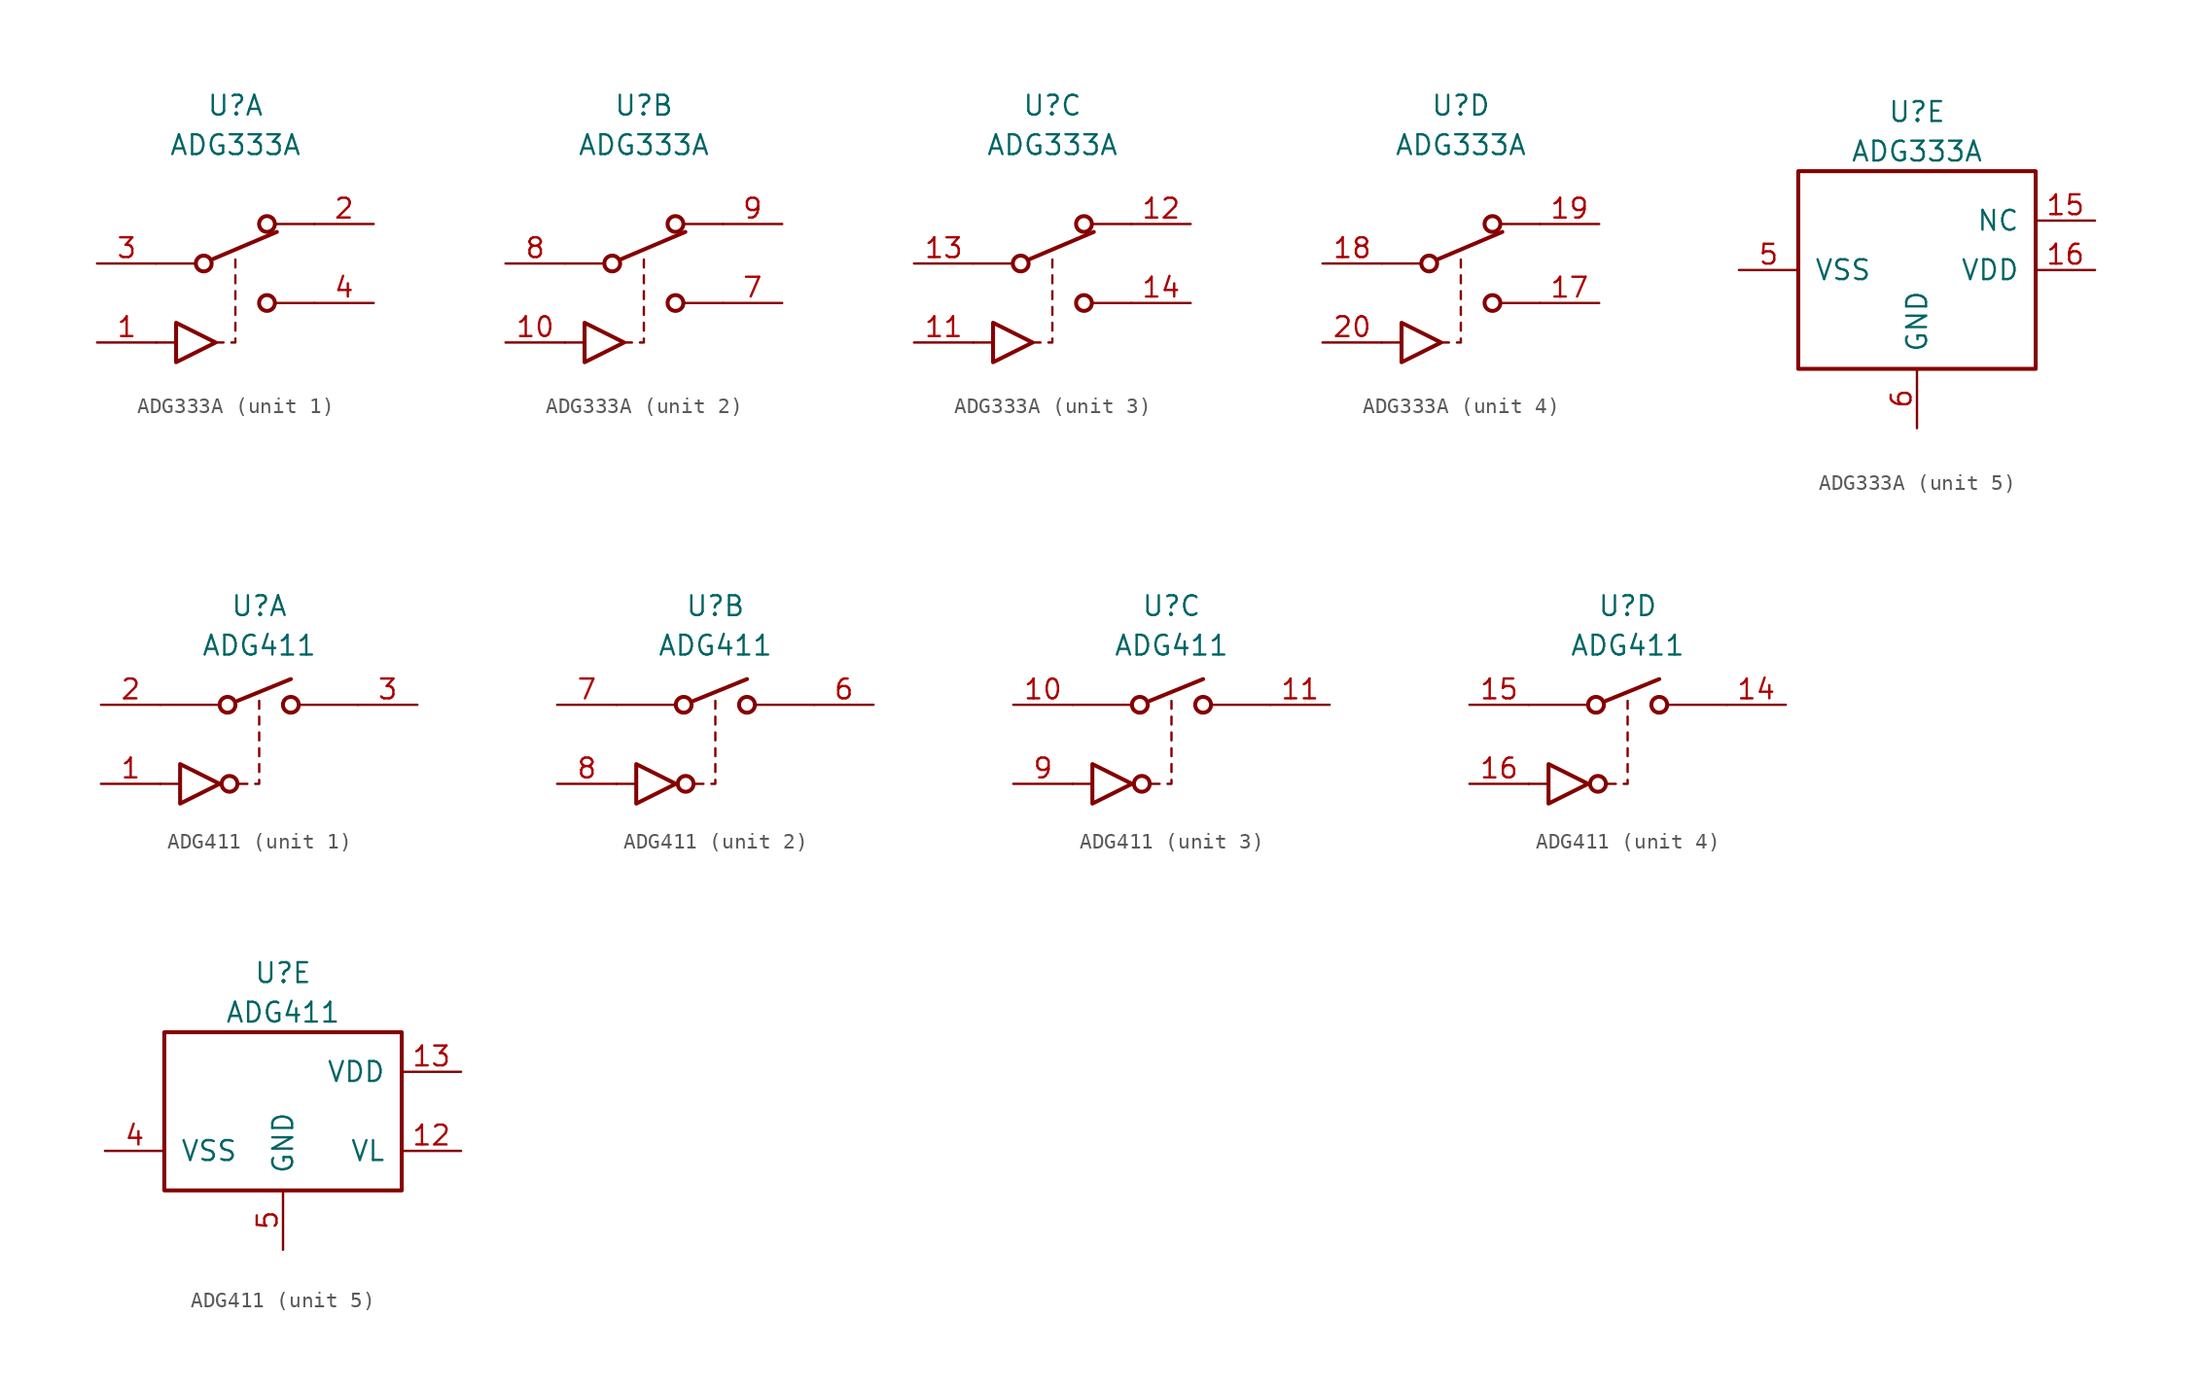
<source format=kicad_sym>
(kicad_symbol_lib
  (version 20231120)
  (generator "kicad_symbol_editor")
  (generator_version "8.0")
  (symbol "ADG333A"
    (pin_names
      (offset 1.016))
    (property "Reference" "U"
      (at 0 10.16 0)
      (effects (font (size 1.27 1.27))))
    (property "Value" "ADG333A"
      (at 0 7.62 0)
      (effects (font (size 1.27 1.27))))
    (property "ki_locked" ""
      (at 0 0 0)
      (effects (font (size 1.27 1.27))))
    (symbol "ADG333A_1_1"
      (circle (center -2.032 0) (radius 0.508) (stroke (width 0.254) (type default)) (fill (type none)))
      (polyline (pts (xy -3.81 -5.08) (xy -5.08 -5.08)) (stroke (width 0) (type default)) (fill (type none)))
      (polyline (pts (xy -2.54 0) (xy -5.08 0)) (stroke (width 0) (type default)) (fill (type none)))
      (polyline (pts (xy -1.524 0.254) (xy 2.667 2.032)) (stroke (width 0.254) (type default)) (fill (type none)))
      (polyline (pts (xy -1.27 -5.08) (xy -0.762 -5.08)) (stroke (width 0) (type default)) (fill (type none)))
      (polyline (pts (xy 0 -4.318) (xy 0 -3.81)) (stroke (width 0) (type default)) (fill (type none)))
      (polyline (pts (xy 0 -3.302) (xy 0 -2.794)) (stroke (width 0) (type default)) (fill (type none)))
      (polyline (pts (xy 0 -2.286) (xy 0 -1.778)) (stroke (width 0) (type default)) (fill (type none)))
      (polyline (pts (xy 0 -1.27) (xy 0 -0.762)) (stroke (width 0) (type default)) (fill (type none)))
      (polyline (pts (xy 0 -0.254) (xy 0 0.254)) (stroke (width 0) (type default)) (fill (type none)))
      (polyline (pts (xy 2.54 -2.54) (xy 5.08 -2.54)) (stroke (width 0) (type default)) (fill (type none)))
      (polyline (pts (xy 2.54 2.54) (xy 5.08 2.54)) (stroke (width 0) (type default)) (fill (type none)))
      (polyline (pts (xy -0.254 -5.08) (xy 0 -5.08) (xy 0 -4.826)) (stroke (width 0) (type default)) (fill (type none)))
      (polyline (pts (xy -3.81 -3.81) (xy -1.27 -5.08) (xy -3.81 -6.35) (xy -3.81 -3.81)) (stroke (width 0.254) (type default)) (fill (type none)))
      (circle (center 2.032 -2.54) (radius 0.508) (stroke (width 0.254) (type default)) (fill (type none)))
      (circle (center 2.032 2.54) (radius 0.508) (stroke (width 0.254) (type default)) (fill (type none)))
      (pin input line (at -8.89 -5.08 0) (length 3.81) (name "~" (effects (font (size 1.27 1.27)))) (number "1" (effects (font (size 1.27 1.27)))))
      (pin passive line (at 8.89 2.54 180) (length 3.81) (name "~" (effects (font (size 1.27 1.27)))) (number "2" (effects (font (size 1.27 1.27)))))
      (pin passive line (at -8.89 0 0) (length 3.81) (name "~" (effects (font (size 1.27 1.27)))) (number "3" (effects (font (size 1.27 1.27)))))
      (pin passive line (at 8.89 -2.54 180) (length 3.81) (name "~" (effects (font (size 1.27 1.27)))) (number "4" (effects (font (size 1.27 1.27))))))
    (symbol "ADG333A_2_1"
      (circle (center -2.032 0) (radius 0.508) (stroke (width 0.254) (type default)) (fill (type none)))
      (polyline (pts (xy -5.08 -5.08) (xy -3.81 -5.08)) (stroke (width 0) (type default)) (fill (type none)))
      (polyline (pts (xy -2.54 0) (xy -5.08 0)) (stroke (width 0) (type default)) (fill (type none)))
      (polyline (pts (xy -1.524 0.254) (xy 2.667 2.032)) (stroke (width 0.254) (type default)) (fill (type none)))
      (polyline (pts (xy -1.27 -5.08) (xy -0.762 -5.08)) (stroke (width 0) (type default)) (fill (type none)))
      (polyline (pts (xy 0 -4.318) (xy 0 -3.81)) (stroke (width 0) (type default)) (fill (type none)))
      (polyline (pts (xy 0 -3.302) (xy 0 -2.794)) (stroke (width 0) (type default)) (fill (type none)))
      (polyline (pts (xy 0 -2.286) (xy 0 -1.778)) (stroke (width 0) (type default)) (fill (type none)))
      (polyline (pts (xy 0 -0.254) (xy 0 0.254)) (stroke (width 0) (type default)) (fill (type none)))
      (polyline (pts (xy 2.54 -2.54) (xy 5.08 -2.54)) (stroke (width 0) (type default)) (fill (type none)))
      (polyline (pts (xy 2.54 2.54) (xy 5.08 2.54)) (stroke (width 0) (type default)) (fill (type none)))
      (polyline (pts (xy -0.254 -5.08) (xy 0 -5.08) (xy 0 -4.826)) (stroke (width 0) (type default)) (fill (type none)))
      (polyline (pts (xy 0 -1.27) (xy 0 -0.762) (xy 0 -1.016)) (stroke (width 0) (type default)) (fill (type none)))
      (polyline (pts (xy -3.81 -5.08) (xy -3.81 -3.81) (xy -1.27 -5.08) (xy -3.81 -6.35) (xy -3.81 -5.08)) (stroke (width 0.254) (type default)) (fill (type none)))
      (circle (center 2.032 -2.54) (radius 0.508) (stroke (width 0.254) (type default)) (fill (type none)))
      (circle (center 2.032 2.54) (radius 0.508) (stroke (width 0.254) (type default)) (fill (type none)))
      (pin input line (at -8.89 -5.08 0) (length 3.81) (name "~" (effects (font (size 1.27 1.27)))) (number "10" (effects (font (size 1.27 1.27)))))
      (pin passive line (at 8.89 -2.54 180) (length 3.81) (name "~" (effects (font (size 1.27 1.27)))) (number "7" (effects (font (size 1.27 1.27)))))
      (pin passive line (at -8.89 0 0) (length 3.81) (name "~" (effects (font (size 1.27 1.27)))) (number "8" (effects (font (size 1.27 1.27)))))
      (pin passive line (at 8.89 2.54 180) (length 3.81) (name "~" (effects (font (size 1.27 1.27)))) (number "9" (effects (font (size 1.27 1.27))))))
    (symbol "ADG333A_3_1"
      (circle (center -2.032 0) (radius 0.508) (stroke (width 0.254) (type default)) (fill (type none)))
      (polyline (pts (xy -3.81 -5.08) (xy -5.08 -5.08)) (stroke (width 0) (type default)) (fill (type none)))
      (polyline (pts (xy -2.54 0) (xy -5.08 0)) (stroke (width 0) (type default)) (fill (type none)))
      (polyline (pts (xy -1.524 0.254) (xy 2.667 2.032)) (stroke (width 0.254) (type default)) (fill (type none)))
      (polyline (pts (xy -1.27 -5.08) (xy -0.762 -5.08)) (stroke (width 0) (type default)) (fill (type none)))
      (polyline (pts (xy 0 -4.318) (xy 0 -3.81)) (stroke (width 0) (type default)) (fill (type none)))
      (polyline (pts (xy 0 -3.302) (xy 0 -2.794)) (stroke (width 0) (type default)) (fill (type none)))
      (polyline (pts (xy 0 -2.286) (xy 0 -1.778)) (stroke (width 0) (type default)) (fill (type none)))
      (polyline (pts (xy 0 -1.27) (xy 0 -0.762)) (stroke (width 0) (type default)) (fill (type none)))
      (polyline (pts (xy 0 -0.254) (xy 0 0.254)) (stroke (width 0) (type default)) (fill (type none)))
      (polyline (pts (xy 2.54 -2.54) (xy 5.08 -2.54)) (stroke (width 0) (type default)) (fill (type none)))
      (polyline (pts (xy 2.54 2.54) (xy 5.08 2.54)) (stroke (width 0) (type default)) (fill (type none)))
      (polyline (pts (xy -0.254 -5.08) (xy 0 -5.08) (xy 0 -4.826)) (stroke (width 0) (type default)) (fill (type none)))
      (polyline (pts (xy -3.81 -3.81) (xy -1.27 -5.08) (xy -3.81 -6.35) (xy -3.81 -3.81)) (stroke (width 0.254) (type default)) (fill (type none)))
      (circle (center 2.032 -2.54) (radius 0.508) (stroke (width 0.254) (type default)) (fill (type none)))
      (circle (center 2.032 2.54) (radius 0.508) (stroke (width 0.254) (type default)) (fill (type none)))
      (pin input line (at -8.89 -5.08 0) (length 3.81) (name "~" (effects (font (size 1.27 1.27)))) (number "11" (effects (font (size 1.27 1.27)))))
      (pin passive line (at 8.89 2.54 180) (length 3.81) (name "~" (effects (font (size 1.27 1.27)))) (number "12" (effects (font (size 1.27 1.27)))))
      (pin passive line (at -8.89 0 0) (length 3.81) (name "~" (effects (font (size 1.27 1.27)))) (number "13" (effects (font (size 1.27 1.27)))))
      (pin passive line (at 8.89 -2.54 180) (length 3.81) (name "~" (effects (font (size 1.27 1.27)))) (number "14" (effects (font (size 1.27 1.27))))))
    (symbol "ADG333A_4_1"
      (circle (center -2.032 0) (radius 0.508) (stroke (width 0.254) (type default)) (fill (type none)))
      (polyline (pts (xy -3.81 -5.08) (xy -5.08 -5.08)) (stroke (width 0) (type default)) (fill (type none)))
      (polyline (pts (xy -2.54 0) (xy -5.08 0)) (stroke (width 0) (type default)) (fill (type none)))
      (polyline (pts (xy -1.524 0.254) (xy 2.667 2.032)) (stroke (width 0.254) (type default)) (fill (type none)))
      (polyline (pts (xy -1.27 -5.08) (xy -0.762 -5.08)) (stroke (width 0) (type default)) (fill (type none)))
      (polyline (pts (xy 0 -4.318) (xy 0 -3.81)) (stroke (width 0) (type default)) (fill (type none)))
      (polyline (pts (xy 0 -3.302) (xy 0 -2.794)) (stroke (width 0) (type default)) (fill (type none)))
      (polyline (pts (xy 0 -2.286) (xy 0 -1.778)) (stroke (width 0) (type default)) (fill (type none)))
      (polyline (pts (xy 0 -1.27) (xy 0 -0.762)) (stroke (width 0) (type default)) (fill (type none)))
      (polyline (pts (xy 0 -0.254) (xy 0 0.254)) (stroke (width 0) (type default)) (fill (type none)))
      (polyline (pts (xy 2.54 -2.54) (xy 5.08 -2.54)) (stroke (width 0) (type default)) (fill (type none)))
      (polyline (pts (xy 2.54 2.54) (xy 5.08 2.54)) (stroke (width 0) (type default)) (fill (type none)))
      (polyline (pts (xy -0.254 -5.08) (xy 0 -5.08) (xy 0 -4.826)) (stroke (width 0) (type default)) (fill (type none)))
      (polyline (pts (xy -3.81 -3.81) (xy -1.27 -5.08) (xy -3.81 -6.35) (xy -3.81 -3.81)) (stroke (width 0.254) (type default)) (fill (type none)))
      (circle (center 2.032 -2.54) (radius 0.508) (stroke (width 0.254) (type default)) (fill (type none)))
      (circle (center 2.032 2.54) (radius 0.508) (stroke (width 0.254) (type default)) (fill (type none)))
      (pin passive line (at 8.89 -2.54 180) (length 3.81) (name "~" (effects (font (size 1.27 1.27)))) (number "17" (effects (font (size 1.27 1.27)))))
      (pin passive line (at -8.89 0 0) (length 3.81) (name "~" (effects (font (size 1.27 1.27)))) (number "18" (effects (font (size 1.27 1.27)))))
      (pin passive line (at 8.89 2.54 180) (length 3.81) (name "~" (effects (font (size 1.27 1.27)))) (number "19" (effects (font (size 1.27 1.27)))))
      (pin input line (at -8.89 -5.08 0) (length 3.81) (name "~" (effects (font (size 1.27 1.27)))) (number "20" (effects (font (size 1.27 1.27))))))
    (symbol "ADG333A_5_1"
      (rectangle (start -7.62 6.35) (end 7.62 -6.35) (stroke (width 0.254) (type default)) (fill (type none)))
      (pin power_in line (at 11.43 3.175 180) (length 3.81) (name "NC" (effects (font (size 1.27 1.27)))) (number "15" (effects (font (size 1.27 1.27)))))
      (pin power_in line (at 11.43 0 180) (length 3.81) (name "VDD" (effects (font (size 1.27 1.27)))) (number "16" (effects (font (size 1.27 1.27)))))
      (pin power_in line (at -11.43 0 0) (length 3.81) (name "VSS" (effects (font (size 1.27 1.27)))) (number "5" (effects (font (size 1.27 1.27)))))
      (pin power_in line (at 0 -10.16 90) (length 3.81) (name "GND" (effects (font (size 1.27 1.27)))) (number "6" (effects (font (size 1.27 1.27)))))))
  (symbol "ADG411"
    (pin_names
      (offset 1.016))
    (property "Reference" "U"
      (at 0 8.89 0)
      (effects (font (size 1.27 1.27))))
    (property "Value" "ADG411"
      (at 0 6.35 0)
      (effects (font (size 1.27 1.27))))
    (property "ki_locked" ""
      (at 0 0 0)
      (effects (font (size 1.27 1.27))))
    (symbol "ADG411_1_1"
      (circle (center -2.032 2.54) (radius 0.508) (stroke (width 0.254) (type default)) (fill (type none)))
      (circle (center -1.905 -2.54) (radius 0.508) (stroke (width 0.254) (type default)) (fill (type none)))
      (polyline (pts (xy -6.35 -2.54) (xy -5.08 -2.54)) (stroke (width 0) (type default)) (fill (type none)))
      (polyline (pts (xy -6.35 2.54) (xy -2.54 2.54)) (stroke (width 0) (type default)) (fill (type none)))
      (polyline (pts (xy -1.397 2.794) (xy 2.032 4.191)) (stroke (width 0.254) (type default)) (fill (type none)))
      (polyline (pts (xy -1.27 -2.54) (xy -0.762 -2.54)) (stroke (width 0) (type default)) (fill (type none)))
      (polyline (pts (xy 0 -1.778) (xy 0 -1.27)) (stroke (width 0) (type default)) (fill (type none)))
      (polyline (pts (xy 0 -0.762) (xy 0 -0.254)) (stroke (width 0) (type default)) (fill (type none)))
      (polyline (pts (xy 0 0.254) (xy 0 0.762)) (stroke (width 0) (type default)) (fill (type none)))
      (polyline (pts (xy 0 1.27) (xy 0 1.778)) (stroke (width 0) (type default)) (fill (type none)))
      (polyline (pts (xy 0 2.286) (xy 0 2.794)) (stroke (width 0) (type default)) (fill (type none)))
      (polyline (pts (xy 2.54 2.54) (xy 6.35 2.54)) (stroke (width 0) (type default)) (fill (type none)))
      (polyline (pts (xy -0.254 -2.54) (xy 0 -2.54) (xy 0 -2.286)) (stroke (width 0) (type default)) (fill (type none)))
      (polyline (pts (xy -5.08 -2.54) (xy -5.08 -1.27) (xy -2.54 -2.54) (xy -5.08 -3.81) (xy -5.08 -2.54)) (stroke (width 0.254) (type default)) (fill (type none)))
      (circle (center 2.032 2.54) (radius 0.508) (stroke (width 0.254) (type default)) (fill (type none)))
      (pin input line (at -10.16 -2.54 0) (length 3.81) (name "~" (effects (font (size 1.27 1.27)))) (number "1" (effects (font (size 1.27 1.27)))))
      (pin passive line (at -10.16 2.54 0) (length 3.81) (name "~" (effects (font (size 1.27 1.27)))) (number "2" (effects (font (size 1.27 1.27)))))
      (pin passive line (at 10.16 2.54 180) (length 3.81) (name "~" (effects (font (size 1.27 1.27)))) (number "3" (effects (font (size 1.27 1.27))))))
    (symbol "ADG411_2_1"
      (circle (center -2.032 2.54) (radius 0.508) (stroke (width 0.254) (type default)) (fill (type none)))
      (circle (center -1.905 -2.54) (radius 0.508) (stroke (width 0.254) (type default)) (fill (type none)))
      (polyline (pts (xy -6.35 -2.54) (xy -5.08 -2.54)) (stroke (width 0) (type default)) (fill (type none)))
      (polyline (pts (xy -6.35 2.54) (xy -2.54 2.54)) (stroke (width 0) (type default)) (fill (type none)))
      (polyline (pts (xy -1.397 2.794) (xy 2.032 4.191)) (stroke (width 0.254) (type default)) (fill (type none)))
      (polyline (pts (xy -1.27 -2.54) (xy -0.762 -2.54)) (stroke (width 0) (type default)) (fill (type none)))
      (polyline (pts (xy 0 -1.778) (xy 0 -1.27)) (stroke (width 0) (type default)) (fill (type none)))
      (polyline (pts (xy 0 -0.762) (xy 0 -0.254)) (stroke (width 0) (type default)) (fill (type none)))
      (polyline (pts (xy 0 0.254) (xy 0 0.762)) (stroke (width 0) (type default)) (fill (type none)))
      (polyline (pts (xy 0 1.27) (xy 0 1.778)) (stroke (width 0) (type default)) (fill (type none)))
      (polyline (pts (xy 0 2.286) (xy 0 2.794)) (stroke (width 0) (type default)) (fill (type none)))
      (polyline (pts (xy 2.54 2.54) (xy 6.35 2.54)) (stroke (width 0) (type default)) (fill (type none)))
      (polyline (pts (xy -0.254 -2.54) (xy 0 -2.54) (xy 0 -2.286)) (stroke (width 0) (type default)) (fill (type none)))
      (polyline (pts (xy -5.08 -2.54) (xy -5.08 -1.27) (xy -2.54 -2.54) (xy -5.08 -3.81) (xy -5.08 -2.54)) (stroke (width 0.254) (type default)) (fill (type none)))
      (circle (center 2.032 2.54) (radius 0.508) (stroke (width 0.254) (type default)) (fill (type none)))
      (pin passive line (at 10.16 2.54 180) (length 3.81) (name "~" (effects (font (size 1.27 1.27)))) (number "6" (effects (font (size 1.27 1.27)))))
      (pin passive line (at -10.16 2.54 0) (length 3.81) (name "~" (effects (font (size 1.27 1.27)))) (number "7" (effects (font (size 1.27 1.27)))))
      (pin input line (at -10.16 -2.54 0) (length 3.81) (name "~" (effects (font (size 1.27 1.27)))) (number "8" (effects (font (size 1.27 1.27))))))
    (symbol "ADG411_3_1"
      (circle (center -2.032 2.54) (radius 0.508) (stroke (width 0.254) (type default)) (fill (type none)))
      (circle (center -1.905 -2.54) (radius 0.508) (stroke (width 0.254) (type default)) (fill (type none)))
      (polyline (pts (xy -6.35 -2.54) (xy -5.08 -2.54)) (stroke (width 0) (type default)) (fill (type none)))
      (polyline (pts (xy -6.35 2.54) (xy -2.54 2.54)) (stroke (width 0) (type default)) (fill (type none)))
      (polyline (pts (xy -1.397 2.794) (xy 2.032 4.191)) (stroke (width 0.254) (type default)) (fill (type none)))
      (polyline (pts (xy -1.27 -2.54) (xy -0.762 -2.54)) (stroke (width 0) (type default)) (fill (type none)))
      (polyline (pts (xy 0 -1.778) (xy 0 -1.27)) (stroke (width 0) (type default)) (fill (type none)))
      (polyline (pts (xy 0 -0.762) (xy 0 -0.254)) (stroke (width 0) (type default)) (fill (type none)))
      (polyline (pts (xy 0 0.254) (xy 0 0.762)) (stroke (width 0) (type default)) (fill (type none)))
      (polyline (pts (xy 0 1.27) (xy 0 1.778)) (stroke (width 0) (type default)) (fill (type none)))
      (polyline (pts (xy 0 2.286) (xy 0 2.794)) (stroke (width 0) (type default)) (fill (type none)))
      (polyline (pts (xy 2.54 2.54) (xy 6.35 2.54)) (stroke (width 0) (type default)) (fill (type none)))
      (polyline (pts (xy -0.254 -2.54) (xy 0 -2.54) (xy 0 -2.286)) (stroke (width 0) (type default)) (fill (type none)))
      (polyline (pts (xy -5.08 -2.54) (xy -5.08 -1.27) (xy -2.54 -2.54) (xy -5.08 -3.81) (xy -5.08 -2.54)) (stroke (width 0.254) (type default)) (fill (type none)))
      (circle (center 2.032 2.54) (radius 0.508) (stroke (width 0.254) (type default)) (fill (type none)))
      (pin passive line (at -10.16 2.54 0) (length 3.81) (name "~" (effects (font (size 1.27 1.27)))) (number "10" (effects (font (size 1.27 1.27)))))
      (pin passive line (at 10.16 2.54 180) (length 3.81) (name "~" (effects (font (size 1.27 1.27)))) (number "11" (effects (font (size 1.27 1.27)))))
      (pin input line (at -10.16 -2.54 0) (length 3.81) (name "~" (effects (font (size 1.27 1.27)))) (number "9" (effects (font (size 1.27 1.27))))))
    (symbol "ADG411_4_1"
      (circle (center -2.032 2.54) (radius 0.508) (stroke (width 0.254) (type default)) (fill (type none)))
      (circle (center -1.905 -2.54) (radius 0.508) (stroke (width 0.254) (type default)) (fill (type none)))
      (polyline (pts (xy -6.35 -2.54) (xy -5.08 -2.54)) (stroke (width 0) (type default)) (fill (type none)))
      (polyline (pts (xy -6.35 2.54) (xy -2.54 2.54)) (stroke (width 0) (type default)) (fill (type none)))
      (polyline (pts (xy -1.397 2.794) (xy 2.032 4.191)) (stroke (width 0.254) (type default)) (fill (type none)))
      (polyline (pts (xy -1.27 -2.54) (xy -0.762 -2.54)) (stroke (width 0) (type default)) (fill (type none)))
      (polyline (pts (xy 0 -1.778) (xy 0 -1.27)) (stroke (width 0) (type default)) (fill (type none)))
      (polyline (pts (xy 0 -0.762) (xy 0 -0.254)) (stroke (width 0) (type default)) (fill (type none)))
      (polyline (pts (xy 0 0.254) (xy 0 0.762)) (stroke (width 0) (type default)) (fill (type none)))
      (polyline (pts (xy 0 1.27) (xy 0 1.778)) (stroke (width 0) (type default)) (fill (type none)))
      (polyline (pts (xy 0 2.286) (xy 0 2.794)) (stroke (width 0) (type default)) (fill (type none)))
      (polyline (pts (xy 2.54 2.54) (xy 6.35 2.54)) (stroke (width 0) (type default)) (fill (type none)))
      (polyline (pts (xy -0.254 -2.54) (xy 0 -2.54) (xy 0 -2.286)) (stroke (width 0) (type default)) (fill (type none)))
      (polyline (pts (xy -5.08 -2.54) (xy -5.08 -1.27) (xy -2.54 -2.54) (xy -5.08 -3.81) (xy -5.08 -2.54)) (stroke (width 0.254) (type default)) (fill (type none)))
      (circle (center 2.032 2.54) (radius 0.508) (stroke (width 0.254) (type default)) (fill (type none)))
      (pin passive line (at 10.16 2.54 180) (length 3.81) (name "~" (effects (font (size 1.27 1.27)))) (number "14" (effects (font (size 1.27 1.27)))))
      (pin passive line (at -10.16 2.54 0) (length 3.81) (name "~" (effects (font (size 1.27 1.27)))) (number "15" (effects (font (size 1.27 1.27)))))
      (pin input line (at -10.16 -2.54 0) (length 3.81) (name "~" (effects (font (size 1.27 1.27)))) (number "16" (effects (font (size 1.27 1.27))))))
    (symbol "ADG411_5_1"
      (rectangle (start -7.62 5.08) (end 7.62 -5.08) (stroke (width 0.254) (type default)) (fill (type none)))
      (pin power_in line (at 11.43 -2.54 180) (length 3.81) (name "VL" (effects (font (size 1.27 1.27)))) (number "12" (effects (font (size 1.27 1.27)))))
      (pin power_in line (at 11.43 2.54 180) (length 3.81) (name "VDD" (effects (font (size 1.27 1.27)))) (number "13" (effects (font (size 1.27 1.27)))))
      (pin power_in line (at -11.43 -2.54 0) (length 3.81) (name "VSS" (effects (font (size 1.27 1.27)))) (number "4" (effects (font (size 1.27 1.27)))))
      (pin power_in line (at 0 -8.89 90) (length 3.81) (name "GND" (effects (font (size 1.27 1.27)))) (number "5" (effects (font (size 1.27 1.27))))))))
</source>
